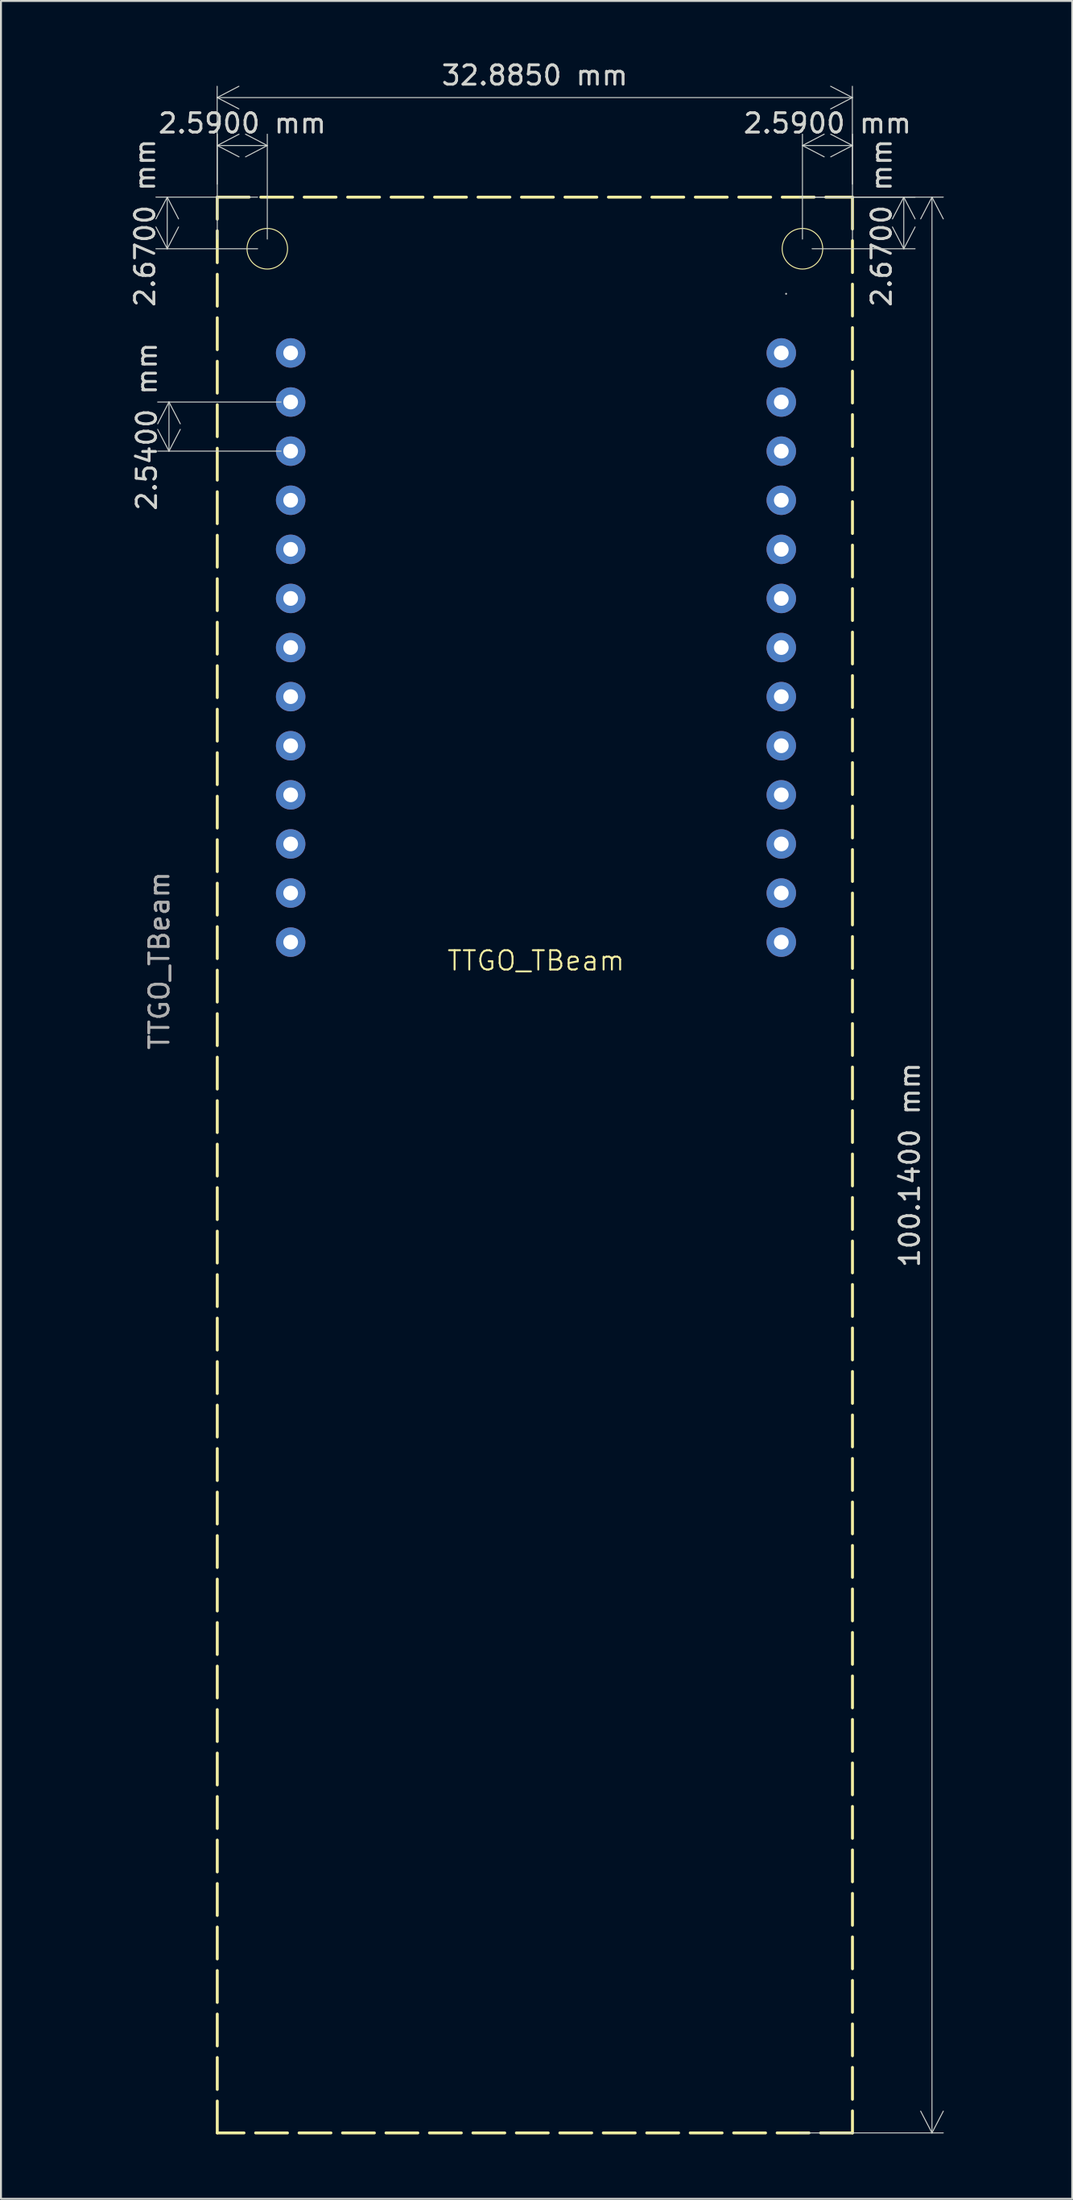
<source format=kicad_pcb>
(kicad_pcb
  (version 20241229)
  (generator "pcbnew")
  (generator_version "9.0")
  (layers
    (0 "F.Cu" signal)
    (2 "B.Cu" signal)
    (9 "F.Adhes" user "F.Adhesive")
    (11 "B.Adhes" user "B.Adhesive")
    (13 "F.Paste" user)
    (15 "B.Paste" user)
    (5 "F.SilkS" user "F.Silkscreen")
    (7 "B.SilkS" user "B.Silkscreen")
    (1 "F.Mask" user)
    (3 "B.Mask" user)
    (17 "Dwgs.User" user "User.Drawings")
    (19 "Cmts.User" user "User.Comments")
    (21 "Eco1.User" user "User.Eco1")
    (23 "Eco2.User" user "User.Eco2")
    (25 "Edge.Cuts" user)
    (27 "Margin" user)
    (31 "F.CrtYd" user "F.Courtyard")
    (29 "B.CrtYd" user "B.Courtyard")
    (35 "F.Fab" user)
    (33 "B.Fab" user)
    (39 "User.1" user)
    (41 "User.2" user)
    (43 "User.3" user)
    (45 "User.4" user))
  (footprint "TTGO_TBeam"
    (layer "F.Cu")
    (at 24.698 46.648)
    (property "Reference" "TTGO_TBeam" (at 0 0 0) (unlocked yes) (layer "F.SilkS") (effects (font (size 1 1) (thickness 0.1))))
    (attr through_hole)
    (fp_rect (start -16.5 -39.5) (end 16.385 60.64) (stroke (width 0.15) (type dash)) (fill no) (layer "F.SilkS"))
    (fp_circle (center -13.91 -36.83) (end -12.86 -36.83) (stroke (width 0.05) (type default)) (fill no) (layer "F.SilkS"))
    (fp_circle (center 13.795 -36.83) (end 14.845 -36.83) (stroke (width 0.05) (type default)) (fill no) (layer "F.SilkS"))
    (fp_circle (center 12.95 -34.5) (end 12.95 -34.5) (stroke (width 0.05) (type default)) (fill no) (layer "Edge.Cuts"))
    (fp_rect (start -17 -40) (end 17 61) (stroke (width 0.1) (type default)) (fill no) (layer "Margin"))
    (fp_text user "${REFERENCE}" (at -19.5 0 90) (unlocked yes) (layer "F.Fab") (effects (font (size 1 1) (thickness 0.15))))
    (dimension (type aligned) (layer "Edge.Cuts") (pts (xy 10.788 9.818) (xy 10.788 7.148)) (height -5.18) (format (prefix "") (suffix "") (units 3) (units_format 1) (precision 4)) (style (thickness 0.05) (arrow_length 1.27) (text_position_mode 0) (arrow_direction outward) (extension_height 0.586) (extension_offset 0.5) (keep_text_aligned yes)) (gr_text "2.6700 mm" (at 4.458 8.483 90) (layer "Edge.Cuts") (effects (font (size 1 1) (thickness 0.15)))))
    (dimension (type aligned) (layer "Edge.Cuts") (pts (xy 38.493 9.818) (xy 38.493 7.148)) (height 5.246) (format (prefix "") (suffix "") (units 3) (units_format 1) (precision 4)) (style (thickness 0.05) (arrow_length 1.27) (text_position_mode 0) (arrow_direction outward) (extension_height 0.586) (extension_offset 0.5) (keep_text_aligned yes)) (gr_text "2.6700 mm" (at 42.589 8.483 90) (layer "Edge.Cuts") (effects (font (size 1 1) (thickness 0.15)))))
    (dimension (type aligned) (layer "Edge.Cuts") (pts (xy 10.788 9.818) (xy 8.198 9.818)) (height 5.34) (format (prefix "") (suffix "") (units 3) (units_format 1) (precision 4)) (style (thickness 0.05) (arrow_length 1.27) (text_position_mode 0) (arrow_direction outward) (extension_height 0.586) (extension_offset 0.5) (keep_text_aligned yes)) (gr_text "2.5900 mm" (at 9.493 3.328 0) (layer "Edge.Cuts") (effects (font (size 1 1) (thickness 0.15)))))
    (dimension (type aligned) (layer "Edge.Cuts") (pts (xy 8.193 6.973) (xy 41.078 6.973)) (height -4.975) (format (prefix "") (suffix "") (units 3) (units_format 1) (precision 4)) (style (thickness 0.05) (arrow_length 1.27) (text_position_mode 0) (arrow_direction outward) (extension_height 0.586) (extension_offset 0.5) (keep_text_aligned yes)) (gr_text "32.8850 mm" (at 24.636 0.848 0) (layer "Edge.Cuts") (effects (font (size 1 1) (thickness 0.15)))))
    (dimension (type aligned) (layer "Edge.Cuts") (pts (xy 11.998 17.748) (xy 11.998 20.288)) (height 6.3) (format (prefix "") (suffix "") (units 3) (units_format 1) (precision 4)) (style (thickness 0.05) (arrow_length 1.27) (text_position_mode 0) (arrow_direction outward) (extension_height 0.586) (extension_offset 0.5) (keep_text_aligned yes)) (gr_text "2.5400 mm" (at 4.548 19.018 90) (layer "Edge.Cuts") (effects (font (size 1 1) (thickness 0.15)))))
    (dimension (type aligned) (layer "Edge.Cuts") (pts (xy 38.493 9.818) (xy 41.083 9.818)) (height -5.34) (format (prefix "") (suffix "") (units 3) (units_format 1) (precision 4)) (style (thickness 0.05) (arrow_length 1.27) (text_position_mode 0) (arrow_direction outward) (extension_height 0.586) (extension_offset 0.5) (keep_text_aligned yes)) (gr_text "2.5900 mm" (at 39.788 3.328 0) (layer "Edge.Cuts") (effects (font (size 1 1) (thickness 0.15)))))
    (dimension (type aligned) (layer "Edge.Cuts") (pts (xy 37.84 7.148) (xy 37.84 107.288)) (height -7.359) (format (prefix "") (suffix "") (units 3) (units_format 1) (precision 4)) (style (thickness 0.05) (arrow_length 1.27) (text_position_mode 0) (arrow_direction outward) (extension_height 0.586) (extension_offset 0.5) (keep_text_aligned yes)) (gr_text "100.1400 mm" (at 44.048 57.218 90) (layer "Edge.Cuts") (effects (font (size 1 1) (thickness 0.15)))))
    (pad "1" thru_hole circle (at -12.7 -31.44) (size 1.524 1.524) (drill 0.762) (layers "*.Cu" "*.Mask"))
    (pad "2" thru_hole circle (at -12.7 -28.9) (size 1.524 1.524) (drill 0.762) (layers "*.Cu" "*.Mask"))
    (pad "3" thru_hole circle (at -12.7 -26.36) (size 1.524 1.524) (drill 0.762) (layers "*.Cu" "*.Mask"))
    (pad "4" thru_hole circle (at -12.7 -23.82) (size 1.524 1.524) (drill 0.762) (layers "*.Cu" "*.Mask"))
    (pad "5" thru_hole circle (at -12.7 -21.28) (size 1.524 1.524) (drill 0.762) (layers "*.Cu" "*.Mask"))
    (pad "6" thru_hole circle (at -12.7 -18.74) (size 1.524 1.524) (drill 0.762) (layers "*.Cu" "*.Mask"))
    (pad "7" thru_hole circle (at -12.7 -16.2) (size 1.524 1.524) (drill 0.762) (layers "*.Cu" "*.Mask"))
    (pad "8" thru_hole circle (at -12.7 -13.66) (size 1.524 1.524) (drill 0.762) (layers "*.Cu" "*.Mask"))
    (pad "9" thru_hole circle (at -12.7 -11.12) (size 1.524 1.524) (drill 0.762) (layers "*.Cu" "*.Mask"))
    (pad "10" thru_hole circle (at -12.7 -8.58) (size 1.524 1.524) (drill 0.762) (layers "*.Cu" "*.Mask"))
    (pad "11" thru_hole circle (at -12.7 -6.04) (size 1.524 1.524) (drill 0.762) (layers "*.Cu" "*.Mask"))
    (pad "12" thru_hole circle (at -12.7 -3.5) (size 1.524 1.524) (drill 0.762) (layers "*.Cu" "*.Mask"))
    (pad "13" thru_hole circle (at -12.7 -0.96) (size 1.524 1.524) (drill 0.762) (layers "*.Cu" "*.Mask"))
    (pad "14" thru_hole circle (at 12.7 -31.44) (size 1.524 1.524) (drill 0.762) (layers "*.Cu" "*.Mask"))
    (pad "15" thru_hole circle (at 12.7 -28.9) (size 1.524 1.524) (drill 0.762) (layers "*.Cu" "*.Mask"))
    (pad "16" thru_hole circle (at 12.7 -26.36) (size 1.524 1.524) (drill 0.762) (layers "*.Cu" "*.Mask"))
    (pad "17" thru_hole circle (at 12.7 -23.82) (size 1.524 1.524) (drill 0.762) (layers "*.Cu" "*.Mask"))
    (pad "18" thru_hole circle (at 12.7 -21.28) (size 1.524 1.524) (drill 0.762) (layers "*.Cu" "*.Mask"))
    (pad "19" thru_hole circle (at 12.7 -18.74) (size 1.524 1.524) (drill 0.762) (layers "*.Cu" "*.Mask"))
    (pad "20" thru_hole circle (at 12.7 -16.2) (size 1.524 1.524) (drill 0.762) (layers "*.Cu" "*.Mask"))
    (pad "21" thru_hole circle (at 12.7 -13.66) (size 1.524 1.524) (drill 0.762) (layers "*.Cu" "*.Mask"))
    (pad "22" thru_hole circle (at 12.7 -11.12) (size 1.524 1.524) (drill 0.762) (layers "*.Cu" "*.Mask"))
    (pad "23" thru_hole circle (at 12.7 -8.58) (size 1.524 1.524) (drill 0.762) (layers "*.Cu" "*.Mask"))
    (pad "24" thru_hole circle (at 12.7 -6.04) (size 1.524 1.524) (drill 0.762) (layers "*.Cu" "*.Mask"))
    (pad "25" thru_hole circle (at 12.7 -3.5) (size 1.524 1.524) (drill 0.762) (layers "*.Cu" "*.Mask"))
    (pad "26" thru_hole circle (at 12.7 -0.96) (size 1.524 1.524) (drill 0.762) (layers "*.Cu" "*.Mask")))
  (gr_rect
    (start -3 -3)
    (end 52.459 110.698)
    (stroke (width 0.1) (type default))
    (fill no)
    (layer "Edge.Cuts")))
</source>
